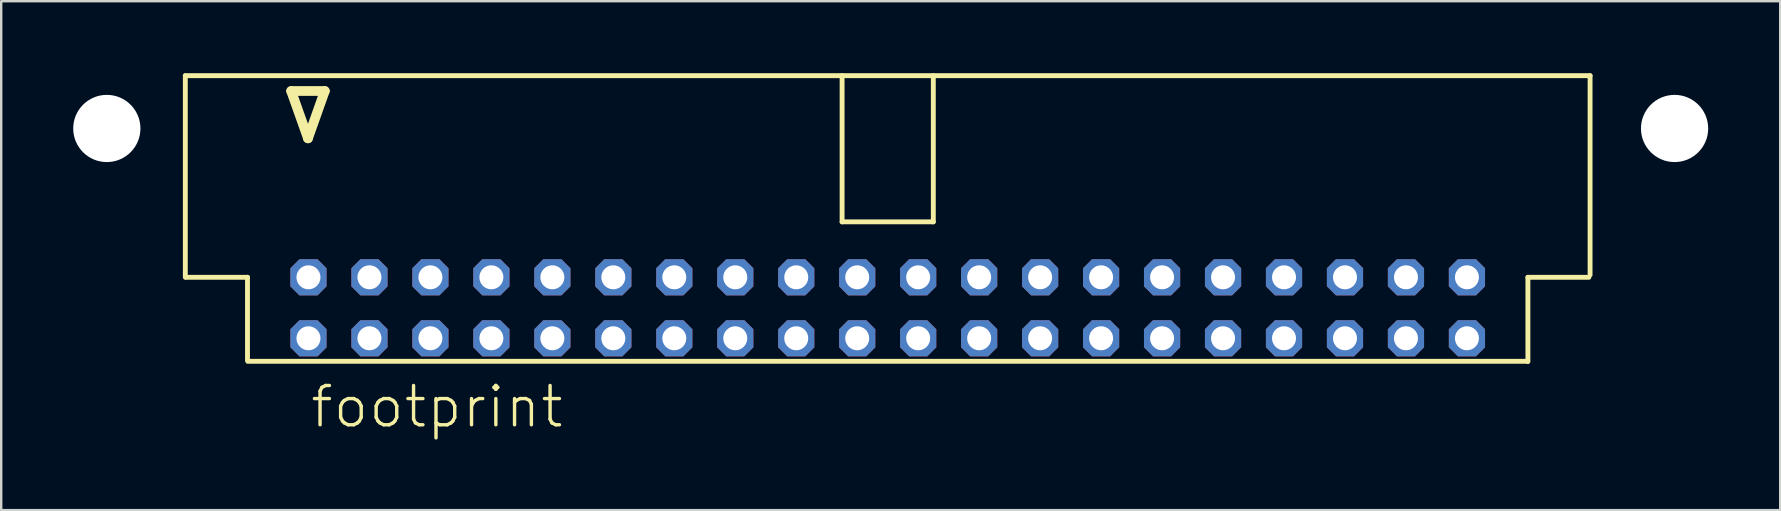
<source format=kicad_pcb>
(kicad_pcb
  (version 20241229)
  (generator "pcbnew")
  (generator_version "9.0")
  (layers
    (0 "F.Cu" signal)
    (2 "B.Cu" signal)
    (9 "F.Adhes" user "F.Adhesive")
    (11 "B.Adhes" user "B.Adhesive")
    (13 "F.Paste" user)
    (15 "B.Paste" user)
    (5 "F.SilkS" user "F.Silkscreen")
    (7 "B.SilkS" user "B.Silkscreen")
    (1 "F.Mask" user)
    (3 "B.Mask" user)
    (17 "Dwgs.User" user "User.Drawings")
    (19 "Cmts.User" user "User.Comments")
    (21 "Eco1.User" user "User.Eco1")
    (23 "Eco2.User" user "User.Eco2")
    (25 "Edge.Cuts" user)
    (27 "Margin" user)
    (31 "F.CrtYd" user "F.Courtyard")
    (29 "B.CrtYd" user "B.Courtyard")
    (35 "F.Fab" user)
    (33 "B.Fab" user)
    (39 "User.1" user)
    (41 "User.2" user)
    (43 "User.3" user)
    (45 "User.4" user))
  (footprint "footprint"
    (layer "F.Cu")
    (at 33.93 5.962)
    (property "Reference" "footprint" (at -24.13 8.89 0) (layer "F.SilkS") (effects (font (size 1.636 1.636) (thickness 0.142)) (justify left bottom)))
    (fp_line (start -29.26 -5.86) (end 29.26 -5.86) (stroke (width 0.203) (type solid)) (layer "F.SilkS"))
    (fp_line (start -29.26 2.54) (end -29.26 -5.86) (stroke (width 0.203) (type solid)) (layer "F.SilkS"))
    (fp_line (start -29.21 2.54) (end -26.67 2.54) (stroke (width 0.203) (type solid)) (layer "F.SilkS"))
    (fp_line (start -26.67 2.54) (end -26.67 5.98) (stroke (width 0.203) (type solid)) (layer "F.SilkS"))
    (fp_line (start -24.85 -5.22) (end -24.15 -3.25) (stroke (width 0.406) (type solid)) (layer "F.SilkS"))
    (fp_line (start -24.15 -3.25) (end -23.45 -5.22) (stroke (width 0.406) (type solid)) (layer "F.SilkS"))
    (fp_line (start -23.45 -5.22) (end -24.85 -5.22) (stroke (width 0.406) (type solid)) (layer "F.SilkS"))
    (fp_line (start -1.9 0.23) (end -1.9 -5.86) (stroke (width 0.203) (type solid)) (layer "F.SilkS"))
    (fp_line (start -1.9 0.23) (end 1.9 0.23) (stroke (width 0.203) (type solid)) (layer "F.SilkS"))
    (fp_line (start 1.9 0.23) (end 1.9 -5.86) (stroke (width 0.203) (type solid)) (layer "F.SilkS"))
    (fp_line (start 26.66 6.04) (end -26.66 6.04) (stroke (width 0.203) (type solid)) (layer "F.SilkS"))
    (fp_line (start 26.67 2.54) (end 26.67 6.05) (stroke (width 0.203) (type solid)) (layer "F.SilkS"))
    (fp_line (start 29.21 2.54) (end 26.67 2.54) (stroke (width 0.203) (type solid)) (layer "F.SilkS"))
    (fp_line (start 29.26 -5.86) (end 29.26 2.44) (stroke (width 0.203) (type solid)) (layer "F.SilkS"))
    (pad "" np_thru_hole circle (at -32.53 -3.66) (size 2.8 2.8) (drill 2.8) (layers "*.Cu" "*.Mask"))
    (pad "" np_thru_hole circle (at 32.78 -3.66) (size 2.8 2.8) (drill 2.8) (layers "*.Cu" "*.Mask"))
    (pad "1" thru_hole roundrect (at -24.13 5.08) (size 1.508 1.508) (drill 1) (layers "*.Cu" "*.Mask") (roundrect_rratio 0.25) (chamfer_ratio 0.25) (chamfer top_left top_right bottom_left bottom_right))
    (pad "2" thru_hole roundrect (at -24.13 2.54) (size 1.508 1.508) (drill 1) (layers "*.Cu" "*.Mask") (roundrect_rratio 0.25) (chamfer_ratio 0.25) (chamfer top_left top_right bottom_left bottom_right))
    (pad "3" thru_hole roundrect (at -21.59 5.08) (size 1.508 1.508) (drill 1) (layers "*.Cu" "*.Mask") (roundrect_rratio 0.25) (chamfer_ratio 0.25) (chamfer top_left top_right bottom_left bottom_right))
    (pad "4" thru_hole roundrect (at -21.59 2.54) (size 1.508 1.508) (drill 1) (layers "*.Cu" "*.Mask") (roundrect_rratio 0.25) (chamfer_ratio 0.25) (chamfer top_left top_right bottom_left bottom_right))
    (pad "5" thru_hole roundrect (at -19.05 5.08) (size 1.508 1.508) (drill 1) (layers "*.Cu" "*.Mask") (roundrect_rratio 0.25) (chamfer_ratio 0.25) (chamfer top_left top_right bottom_left bottom_right))
    (pad "6" thru_hole roundrect (at -19.05 2.54) (size 1.508 1.508) (drill 1) (layers "*.Cu" "*.Mask") (roundrect_rratio 0.25) (chamfer_ratio 0.25) (chamfer top_left top_right bottom_left bottom_right))
    (pad "7" thru_hole roundrect (at -16.51 5.08) (size 1.508 1.508) (drill 1) (layers "*.Cu" "*.Mask") (roundrect_rratio 0.25) (chamfer_ratio 0.25) (chamfer top_left top_right bottom_left bottom_right))
    (pad "8" thru_hole roundrect (at -16.51 2.54) (size 1.508 1.508) (drill 1) (layers "*.Cu" "*.Mask") (roundrect_rratio 0.25) (chamfer_ratio 0.25) (chamfer top_left top_right bottom_left bottom_right))
    (pad "9" thru_hole roundrect (at -13.97 5.08) (size 1.508 1.508) (drill 1) (layers "*.Cu" "*.Mask") (roundrect_rratio 0.25) (chamfer_ratio 0.25) (chamfer top_left top_right bottom_left bottom_right))
    (pad "10" thru_hole roundrect (at -13.97 2.54) (size 1.508 1.508) (drill 1) (layers "*.Cu" "*.Mask") (roundrect_rratio 0.25) (chamfer_ratio 0.25) (chamfer top_left top_right bottom_left bottom_right))
    (pad "11" thru_hole roundrect (at -11.43 5.08) (size 1.508 1.508) (drill 1) (layers "*.Cu" "*.Mask") (roundrect_rratio 0.25) (chamfer_ratio 0.25) (chamfer top_left top_right bottom_left bottom_right))
    (pad "12" thru_hole roundrect (at -11.43 2.54) (size 1.508 1.508) (drill 1) (layers "*.Cu" "*.Mask") (roundrect_rratio 0.25) (chamfer_ratio 0.25) (chamfer top_left top_right bottom_left bottom_right))
    (pad "13" thru_hole roundrect (at -8.89 5.08) (size 1.508 1.508) (drill 1) (layers "*.Cu" "*.Mask") (roundrect_rratio 0.25) (chamfer_ratio 0.25) (chamfer top_left top_right bottom_left bottom_right))
    (pad "14" thru_hole roundrect (at -8.89 2.54) (size 1.508 1.508) (drill 1) (layers "*.Cu" "*.Mask") (roundrect_rratio 0.25) (chamfer_ratio 0.25) (chamfer top_left top_right bottom_left bottom_right))
    (pad "15" thru_hole roundrect (at -6.35 5.08) (size 1.508 1.508) (drill 1) (layers "*.Cu" "*.Mask") (roundrect_rratio 0.25) (chamfer_ratio 0.25) (chamfer top_left top_right bottom_left bottom_right))
    (pad "16" thru_hole roundrect (at -6.35 2.54) (size 1.508 1.508) (drill 1) (layers "*.Cu" "*.Mask") (roundrect_rratio 0.25) (chamfer_ratio 0.25) (chamfer top_left top_right bottom_left bottom_right))
    (pad "17" thru_hole roundrect (at -3.81 5.08) (size 1.508 1.508) (drill 1) (layers "*.Cu" "*.Mask") (roundrect_rratio 0.25) (chamfer_ratio 0.25) (chamfer top_left top_right bottom_left bottom_right))
    (pad "18" thru_hole roundrect (at -3.81 2.54) (size 1.508 1.508) (drill 1) (layers "*.Cu" "*.Mask") (roundrect_rratio 0.25) (chamfer_ratio 0.25) (chamfer top_left top_right bottom_left bottom_right))
    (pad "19" thru_hole roundrect (at -1.27 5.08) (size 1.508 1.508) (drill 1) (layers "*.Cu" "*.Mask") (roundrect_rratio 0.25) (chamfer_ratio 0.25) (chamfer top_left top_right bottom_left bottom_right))
    (pad "20" thru_hole roundrect (at -1.27 2.54) (size 1.508 1.508) (drill 1) (layers "*.Cu" "*.Mask") (roundrect_rratio 0.25) (chamfer_ratio 0.25) (chamfer top_left top_right bottom_left bottom_right))
    (pad "21" thru_hole roundrect (at 1.27 5.08) (size 1.508 1.508) (drill 1) (layers "*.Cu" "*.Mask") (roundrect_rratio 0.25) (chamfer_ratio 0.25) (chamfer top_left top_right bottom_left bottom_right))
    (pad "22" thru_hole roundrect (at 1.27 2.54) (size 1.508 1.508) (drill 1) (layers "*.Cu" "*.Mask") (roundrect_rratio 0.25) (chamfer_ratio 0.25) (chamfer top_left top_right bottom_left bottom_right))
    (pad "23" thru_hole roundrect (at 3.81 5.08) (size 1.508 1.508) (drill 1) (layers "*.Cu" "*.Mask") (roundrect_rratio 0.25) (chamfer_ratio 0.25) (chamfer top_left top_right bottom_left bottom_right))
    (pad "24" thru_hole roundrect (at 3.81 2.54) (size 1.508 1.508) (drill 1) (layers "*.Cu" "*.Mask") (roundrect_rratio 0.25) (chamfer_ratio 0.25) (chamfer top_left top_right bottom_left bottom_right))
    (pad "25" thru_hole roundrect (at 6.35 5.08) (size 1.508 1.508) (drill 1) (layers "*.Cu" "*.Mask") (roundrect_rratio 0.25) (chamfer_ratio 0.25) (chamfer top_left top_right bottom_left bottom_right))
    (pad "26" thru_hole roundrect (at 6.35 2.54) (size 1.508 1.508) (drill 1) (layers "*.Cu" "*.Mask") (roundrect_rratio 0.25) (chamfer_ratio 0.25) (chamfer top_left top_right bottom_left bottom_right))
    (pad "27" thru_hole roundrect (at 8.89 5.08) (size 1.508 1.508) (drill 1) (layers "*.Cu" "*.Mask") (roundrect_rratio 0.25) (chamfer_ratio 0.25) (chamfer top_left top_right bottom_left bottom_right))
    (pad "28" thru_hole roundrect (at 8.89 2.54) (size 1.508 1.508) (drill 1) (layers "*.Cu" "*.Mask") (roundrect_rratio 0.25) (chamfer_ratio 0.25) (chamfer top_left top_right bottom_left bottom_right))
    (pad "29" thru_hole roundrect (at 11.43 5.08) (size 1.508 1.508) (drill 1) (layers "*.Cu" "*.Mask") (roundrect_rratio 0.25) (chamfer_ratio 0.25) (chamfer top_left top_right bottom_left bottom_right))
    (pad "30" thru_hole roundrect (at 11.43 2.54) (size 1.508 1.508) (drill 1) (layers "*.Cu" "*.Mask") (roundrect_rratio 0.25) (chamfer_ratio 0.25) (chamfer top_left top_right bottom_left bottom_right))
    (pad "31" thru_hole roundrect (at 13.97 5.08) (size 1.508 1.508) (drill 1) (layers "*.Cu" "*.Mask") (roundrect_rratio 0.25) (chamfer_ratio 0.25) (chamfer top_left top_right bottom_left bottom_right))
    (pad "32" thru_hole roundrect (at 13.97 2.54) (size 1.508 1.508) (drill 1) (layers "*.Cu" "*.Mask") (roundrect_rratio 0.25) (chamfer_ratio 0.25) (chamfer top_left top_right bottom_left bottom_right))
    (pad "33" thru_hole roundrect (at 16.51 5.08) (size 1.508 1.508) (drill 1) (layers "*.Cu" "*.Mask") (roundrect_rratio 0.25) (chamfer_ratio 0.25) (chamfer top_left top_right bottom_left bottom_right))
    (pad "34" thru_hole roundrect (at 16.51 2.54) (size 1.508 1.508) (drill 1) (layers "*.Cu" "*.Mask") (roundrect_rratio 0.25) (chamfer_ratio 0.25) (chamfer top_left top_right bottom_left bottom_right))
    (pad "35" thru_hole roundrect (at 19.05 5.08) (size 1.508 1.508) (drill 1) (layers "*.Cu" "*.Mask") (roundrect_rratio 0.25) (chamfer_ratio 0.25) (chamfer top_left top_right bottom_left bottom_right))
    (pad "36" thru_hole roundrect (at 19.05 2.54) (size 1.508 1.508) (drill 1) (layers "*.Cu" "*.Mask") (roundrect_rratio 0.25) (chamfer_ratio 0.25) (chamfer top_left top_right bottom_left bottom_right))
    (pad "37" thru_hole roundrect (at 21.59 5.08) (size 1.508 1.508) (drill 1) (layers "*.Cu" "*.Mask") (roundrect_rratio 0.25) (chamfer_ratio 0.25) (chamfer top_left top_right bottom_left bottom_right))
    (pad "38" thru_hole roundrect (at 21.59 2.54) (size 1.508 1.508) (drill 1) (layers "*.Cu" "*.Mask") (roundrect_rratio 0.25) (chamfer_ratio 0.25) (chamfer top_left top_right bottom_left bottom_right))
    (pad "39" thru_hole roundrect (at 24.13 5.08) (size 1.508 1.508) (drill 1) (layers "*.Cu" "*.Mask") (roundrect_rratio 0.25) (chamfer_ratio 0.25) (chamfer top_left top_right bottom_left bottom_right))
    (pad "40" thru_hole roundrect (at 24.13 2.54) (size 1.508 1.508) (drill 1) (layers "*.Cu" "*.Mask") (roundrect_rratio 0.25) (chamfer_ratio 0.25) (chamfer top_left top_right bottom_left bottom_right)))
  (gr_rect
    (start -3 -3)
    (end 71.11 18.202)
    (stroke (width 0.1) (type default))
    (fill no)
    (layer "Edge.Cuts")))
</source>
